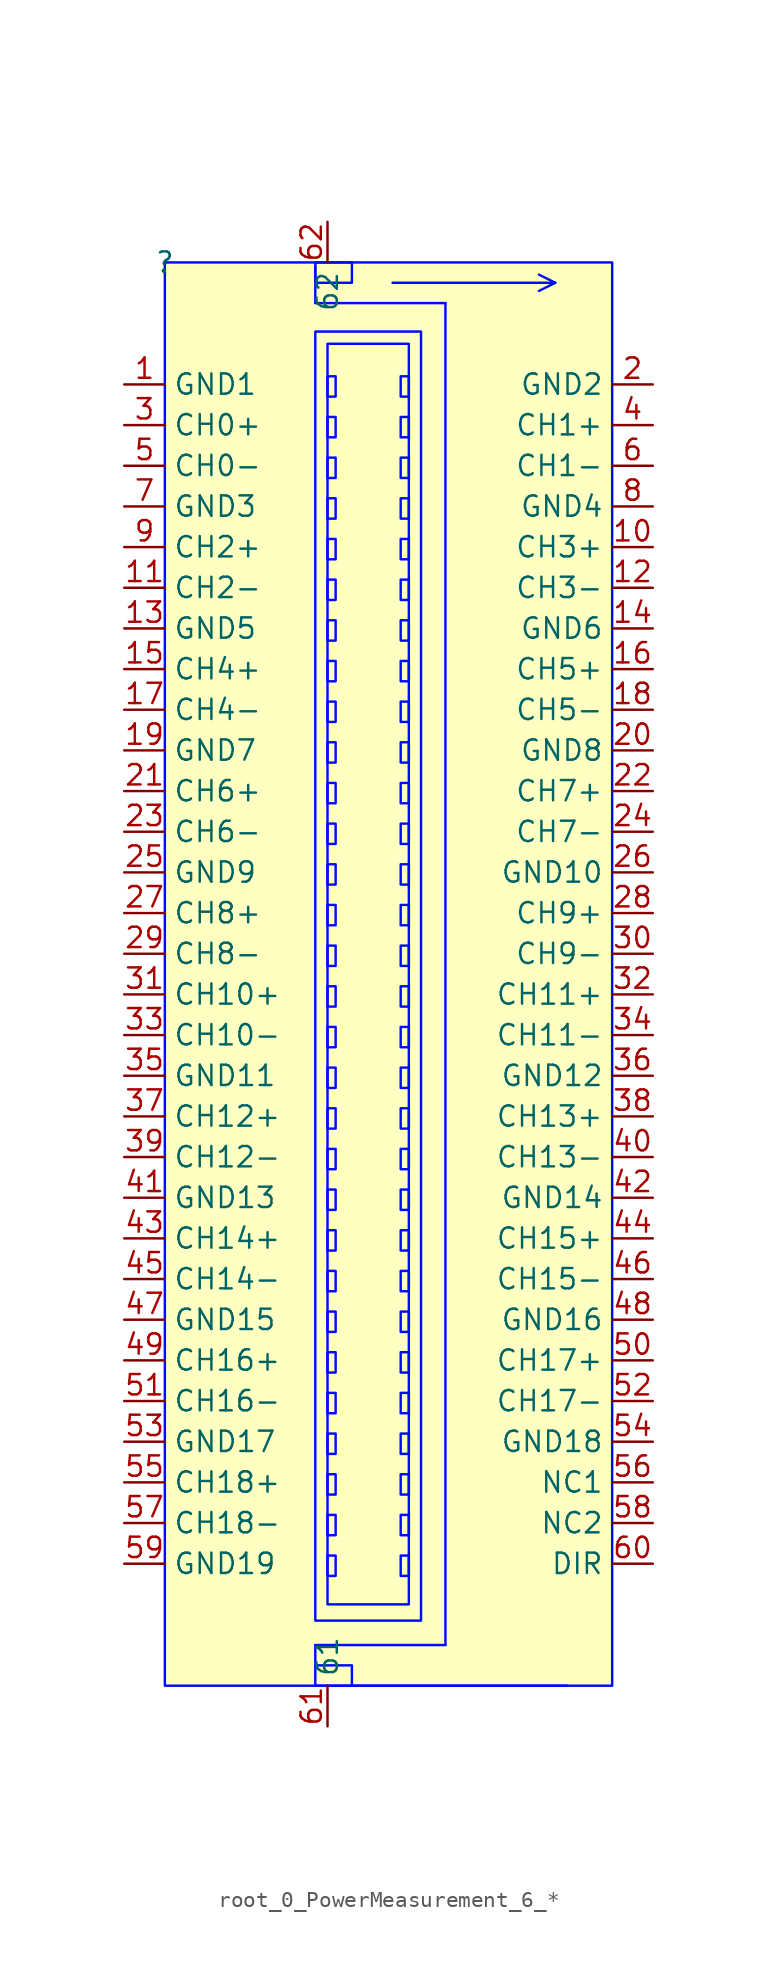
<source format=kicad_sym>
(kicad_symbol_lib
  (version 20241209)
  (generator "kicad_symbol_editor")
  (generator_version "9.0")
  (symbol "root_0_PowerMeasurement_6_*"
    (property "Reference" ""
      (at 0 0 0)
      (effects (font (size 1.27 1.27))))
    (property "Value" ""
      (at 0 0 0)
      (effects (font (size 1.27 1.27))))
    (symbol "root_0_PowerMeasurement_6_*_1_0"
      (polyline (pts (xy 9.398 -0.254) (xy 9.398 -2.54)) (stroke (width 0) (type solid) (color 0 11 255 1)) (fill (type none)))
      (polyline (pts (xy 9.398 -86.36) (xy 9.398 -87.63)) (stroke (width 0) (type solid) (color 0 11 255 1)) (fill (type none)))
      (polyline (pts (xy 9.398 -86.36) (xy 17.526 -86.36)) (stroke (width 0) (type solid) (color 0 11 255 1)) (fill (type none)))
      (rectangle (start 10.668 -7.112) (end 10.16 -8.382) (stroke (width 0) (type solid) (color 0 11 255 1)) (fill (type background)))
      (rectangle (start 10.668 -9.652) (end 10.16 -10.922) (stroke (width 0) (type solid) (color 0 11 255 1)) (fill (type background)))
      (rectangle (start 10.668 -12.192) (end 10.16 -13.462) (stroke (width 0) (type solid) (color 0 11 255 1)) (fill (type background)))
      (rectangle (start 10.668 -14.732) (end 10.16 -16.002) (stroke (width 0) (type solid) (color 0 11 255 1)) (fill (type background)))
      (rectangle (start 10.668 -17.272) (end 10.16 -18.542) (stroke (width 0) (type solid) (color 0 11 255 1)) (fill (type background)))
      (rectangle (start 10.668 -19.812) (end 10.16 -21.082) (stroke (width 0) (type solid) (color 0 11 255 1)) (fill (type background)))
      (rectangle (start 10.668 -22.352) (end 10.16 -23.622) (stroke (width 0) (type solid) (color 0 11 255 1)) (fill (type background)))
      (rectangle (start 10.668 -24.892) (end 10.16 -26.162) (stroke (width 0) (type solid) (color 0 11 255 1)) (fill (type background)))
      (rectangle (start 10.668 -27.432) (end 10.16 -28.702) (stroke (width 0) (type solid) (color 0 11 255 1)) (fill (type background)))
      (rectangle (start 10.668 -29.972) (end 10.16 -31.242) (stroke (width 0) (type solid) (color 0 11 255 1)) (fill (type background)))
      (rectangle (start 10.668 -32.512) (end 10.16 -33.782) (stroke (width 0) (type solid) (color 0 11 255 1)) (fill (type background)))
      (rectangle (start 10.668 -35.052) (end 10.16 -36.322) (stroke (width 0) (type solid) (color 0 11 255 1)) (fill (type background)))
      (rectangle (start 10.668 -37.592) (end 10.16 -38.862) (stroke (width 0) (type solid) (color 0 11 255 1)) (fill (type background)))
      (rectangle (start 10.668 -40.132) (end 10.16 -41.402) (stroke (width 0) (type solid) (color 0 11 255 1)) (fill (type background)))
      (rectangle (start 10.668 -42.672) (end 10.16 -43.942) (stroke (width 0) (type solid) (color 0 11 255 1)) (fill (type background)))
      (rectangle (start 10.668 -45.212) (end 10.16 -46.482) (stroke (width 0) (type solid) (color 0 11 255 1)) (fill (type background)))
      (rectangle (start 10.668 -47.752) (end 10.16 -49.022) (stroke (width 0) (type solid) (color 0 11 255 1)) (fill (type background)))
      (rectangle (start 10.668 -50.292) (end 10.16 -51.562) (stroke (width 0) (type solid) (color 0 11 255 1)) (fill (type background)))
      (rectangle (start 10.668 -52.832) (end 10.16 -54.102) (stroke (width 0) (type solid) (color 0 11 255 1)) (fill (type background)))
      (rectangle (start 10.668 -55.372) (end 10.16 -56.642) (stroke (width 0) (type solid) (color 0 11 255 1)) (fill (type background)))
      (rectangle (start 10.668 -57.912) (end 10.16 -59.182) (stroke (width 0) (type solid) (color 0 11 255 1)) (fill (type background)))
      (rectangle (start 10.668 -60.452) (end 10.16 -61.722) (stroke (width 0) (type solid) (color 0 11 255 1)) (fill (type background)))
      (rectangle (start 10.668 -62.992) (end 10.16 -64.262) (stroke (width 0) (type solid) (color 0 11 255 1)) (fill (type background)))
      (rectangle (start 10.668 -65.532) (end 10.16 -66.802) (stroke (width 0) (type solid) (color 0 11 255 1)) (fill (type background)))
      (rectangle (start 10.668 -68.072) (end 10.16 -69.342) (stroke (width 0) (type solid) (color 0 11 255 1)) (fill (type background)))
      (rectangle (start 10.668 -70.612) (end 10.16 -71.882) (stroke (width 0) (type solid) (color 0 11 255 1)) (fill (type background)))
      (rectangle (start 10.668 -73.152) (end 10.16 -74.422) (stroke (width 0) (type solid) (color 0 11 255 1)) (fill (type background)))
      (rectangle (start 10.668 -75.692) (end 10.16 -76.962) (stroke (width 0) (type solid) (color 0 11 255 1)) (fill (type background)))
      (rectangle (start 10.668 -78.232) (end 10.16 -79.502) (stroke (width 0) (type solid) (color 0 11 255 1)) (fill (type background)))
      (rectangle (start 10.668 -80.772) (end 10.16 -82.042) (stroke (width 0) (type solid) (color 0 11 255 1)) (fill (type background)))
      (rectangle (start 11.684 0) (end 9.398 -1.27) (stroke (width 0) (type solid) (color 0 11 255 1)) (fill (type background)))
      (rectangle (start 11.684 -87.63) (end 9.398 -88.9) (stroke (width 0) (type solid) (color 0 11 255 1)) (fill (type background)))
      (polyline (pts (xy 11.684 -88.9) (xy 25.146 -88.9)) (stroke (width 0) (type solid) (color 0 11 255 1)) (fill (type none)))
      (polyline (pts (xy 14.224 -1.27) (xy 24.384 -1.27)) (stroke (width 0) (type solid) (color 0 11 255 1)) (fill (type none)))
      (rectangle (start 15.24 -5.08) (end 10.16 -83.82) (stroke (width 0) (type solid) (color 0 11 255 1)) (fill (type background)))
      (rectangle (start 15.24 -7.112) (end 14.732 -8.382) (stroke (width 0) (type solid) (color 0 11 255 1)) (fill (type background)))
      (rectangle (start 15.24 -9.652) (end 14.732 -10.922) (stroke (width 0) (type solid) (color 0 11 255 1)) (fill (type background)))
      (rectangle (start 15.24 -12.192) (end 14.732 -13.462) (stroke (width 0) (type solid) (color 0 11 255 1)) (fill (type background)))
      (rectangle (start 15.24 -14.732) (end 14.732 -16.002) (stroke (width 0) (type solid) (color 0 11 255 1)) (fill (type background)))
      (rectangle (start 15.24 -17.272) (end 14.732 -18.542) (stroke (width 0) (type solid) (color 0 11 255 1)) (fill (type background)))
      (rectangle (start 15.24 -19.812) (end 14.732 -21.082) (stroke (width 0) (type solid) (color 0 11 255 1)) (fill (type background)))
      (rectangle (start 15.24 -22.352) (end 14.732 -23.622) (stroke (width 0) (type solid) (color 0 11 255 1)) (fill (type background)))
      (rectangle (start 15.24 -24.892) (end 14.732 -26.162) (stroke (width 0) (type solid) (color 0 11 255 1)) (fill (type background)))
      (rectangle (start 15.24 -27.432) (end 14.732 -28.702) (stroke (width 0) (type solid) (color 0 11 255 1)) (fill (type background)))
      (rectangle (start 15.24 -29.972) (end 14.732 -31.242) (stroke (width 0) (type solid) (color 0 11 255 1)) (fill (type background)))
      (rectangle (start 15.24 -32.512) (end 14.732 -33.782) (stroke (width 0) (type solid) (color 0 11 255 1)) (fill (type background)))
      (rectangle (start 15.24 -35.052) (end 14.732 -36.322) (stroke (width 0) (type solid) (color 0 11 255 1)) (fill (type background)))
      (rectangle (start 15.24 -37.592) (end 14.732 -38.862) (stroke (width 0) (type solid) (color 0 11 255 1)) (fill (type background)))
      (rectangle (start 15.24 -40.132) (end 14.732 -41.402) (stroke (width 0) (type solid) (color 0 11 255 1)) (fill (type background)))
      (rectangle (start 15.24 -42.672) (end 14.732 -43.942) (stroke (width 0) (type solid) (color 0 11 255 1)) (fill (type background)))
      (rectangle (start 15.24 -45.212) (end 14.732 -46.482) (stroke (width 0) (type solid) (color 0 11 255 1)) (fill (type background)))
      (rectangle (start 15.24 -47.752) (end 14.732 -49.022) (stroke (width 0) (type solid) (color 0 11 255 1)) (fill (type background)))
      (rectangle (start 15.24 -50.292) (end 14.732 -51.562) (stroke (width 0) (type solid) (color 0 11 255 1)) (fill (type background)))
      (rectangle (start 15.24 -52.832) (end 14.732 -54.102) (stroke (width 0) (type solid) (color 0 11 255 1)) (fill (type background)))
      (rectangle (start 15.24 -55.372) (end 14.732 -56.642) (stroke (width 0) (type solid) (color 0 11 255 1)) (fill (type background)))
      (rectangle (start 15.24 -57.912) (end 14.732 -59.182) (stroke (width 0) (type solid) (color 0 11 255 1)) (fill (type background)))
      (rectangle (start 15.24 -60.452) (end 14.732 -61.722) (stroke (width 0) (type solid) (color 0 11 255 1)) (fill (type background)))
      (rectangle (start 15.24 -62.992) (end 14.732 -64.262) (stroke (width 0) (type solid) (color 0 11 255 1)) (fill (type background)))
      (rectangle (start 15.24 -65.532) (end 14.732 -66.802) (stroke (width 0) (type solid) (color 0 11 255 1)) (fill (type background)))
      (rectangle (start 15.24 -68.072) (end 14.732 -69.342) (stroke (width 0) (type solid) (color 0 11 255 1)) (fill (type background)))
      (rectangle (start 15.24 -70.612) (end 14.732 -71.882) (stroke (width 0) (type solid) (color 0 11 255 1)) (fill (type background)))
      (rectangle (start 15.24 -73.152) (end 14.732 -74.422) (stroke (width 0) (type solid) (color 0 11 255 1)) (fill (type background)))
      (rectangle (start 15.24 -75.692) (end 14.732 -76.962) (stroke (width 0) (type solid) (color 0 11 255 1)) (fill (type background)))
      (rectangle (start 15.24 -78.232) (end 14.732 -79.502) (stroke (width 0) (type solid) (color 0 11 255 1)) (fill (type background)))
      (rectangle (start 15.24 -80.772) (end 14.732 -82.042) (stroke (width 0) (type solid) (color 0 11 255 1)) (fill (type background)))
      (rectangle (start 16.002 -4.318) (end 9.398 -84.836) (stroke (width 0) (type solid) (color 0 11 255 1)) (fill (type background)))
      (polyline (pts (xy 17.526 -2.54) (xy 9.398 -2.54)) (stroke (width 0) (type solid) (color 0 11 255 1)) (fill (type none)))
      (polyline (pts (xy 17.526 -2.54) (xy 17.526 -86.36)) (stroke (width 0) (type solid) (color 0 11 255 1)) (fill (type none)))
      (polyline (pts (xy 24.384 -1.27) (xy 23.368 -0.762)) (stroke (width 0) (type solid) (color 0 11 255 1)) (fill (type none)))
      (polyline (pts (xy 24.384 -1.27) (xy 23.368 -1.778)) (stroke (width 0) (type solid) (color 0 11 255 1)) (fill (type none)))
      (rectangle (start 27.94 0) (end 0 -88.9) (stroke (width 0) (type solid) (color 0 11 255 1)) (fill (type background)))
      (pin passive line (at -2.54 -7.62 0) (length 2.54) (name "GND1" (effects (font (size 1.27 1.27)))) (number "1" (effects (font (size 1.27 1.27)))))
      (pin passive line (at -2.54 -10.16 0) (length 2.54) (name "CH0+" (effects (font (size 1.27 1.27)))) (number "3" (effects (font (size 1.27 1.27)))))
      (pin passive line (at -2.54 -12.7 0) (length 2.54) (name "CH0-" (effects (font (size 1.27 1.27)))) (number "5" (effects (font (size 1.27 1.27)))))
      (pin passive line (at -2.54 -15.24 0) (length 2.54) (name "GND3" (effects (font (size 1.27 1.27)))) (number "7" (effects (font (size 1.27 1.27)))))
      (pin passive line (at -2.54 -17.78 0) (length 2.54) (name "CH2+" (effects (font (size 1.27 1.27)))) (number "9" (effects (font (size 1.27 1.27)))))
      (pin passive line (at -2.54 -20.32 0) (length 2.54) (name "CH2-" (effects (font (size 1.27 1.27)))) (number "11" (effects (font (size 1.27 1.27)))))
      (pin passive line (at -2.54 -22.86 0) (length 2.54) (name "GND5" (effects (font (size 1.27 1.27)))) (number "13" (effects (font (size 1.27 1.27)))))
      (pin passive line (at -2.54 -25.4 0) (length 2.54) (name "CH4+" (effects (font (size 1.27 1.27)))) (number "15" (effects (font (size 1.27 1.27)))))
      (pin passive line (at -2.54 -27.94 0) (length 2.54) (name "CH4-" (effects (font (size 1.27 1.27)))) (number "17" (effects (font (size 1.27 1.27)))))
      (pin passive line (at -2.54 -30.48 0) (length 2.54) (name "GND7" (effects (font (size 1.27 1.27)))) (number "19" (effects (font (size 1.27 1.27)))))
      (pin passive line (at -2.54 -33.02 0) (length 2.54) (name "CH6+" (effects (font (size 1.27 1.27)))) (number "21" (effects (font (size 1.27 1.27)))))
      (pin passive line (at -2.54 -35.56 0) (length 2.54) (name "CH6-" (effects (font (size 1.27 1.27)))) (number "23" (effects (font (size 1.27 1.27)))))
      (pin passive line (at -2.54 -38.1 0) (length 2.54) (name "GND9" (effects (font (size 1.27 1.27)))) (number "25" (effects (font (size 1.27 1.27)))))
      (pin passive line (at -2.54 -40.64 0) (length 2.54) (name "CH8+" (effects (font (size 1.27 1.27)))) (number "27" (effects (font (size 1.27 1.27)))))
      (pin passive line (at -2.54 -43.18 0) (length 2.54) (name "CH8-" (effects (font (size 1.27 1.27)))) (number "29" (effects (font (size 1.27 1.27)))))
      (pin passive line (at -2.54 -45.72 0) (length 2.54) (name "CH10+" (effects (font (size 1.27 1.27)))) (number "31" (effects (font (size 1.27 1.27)))))
      (pin passive line (at -2.54 -48.26 0) (length 2.54) (name "CH10-" (effects (font (size 1.27 1.27)))) (number "33" (effects (font (size 1.27 1.27)))))
      (pin passive line (at -2.54 -50.8 0) (length 2.54) (name "GND11" (effects (font (size 1.27 1.27)))) (number "35" (effects (font (size 1.27 1.27)))))
      (pin passive line (at -2.54 -53.34 0) (length 2.54) (name "CH12+" (effects (font (size 1.27 1.27)))) (number "37" (effects (font (size 1.27 1.27)))))
      (pin passive line (at -2.54 -55.88 0) (length 2.54) (name "CH12-" (effects (font (size 1.27 1.27)))) (number "39" (effects (font (size 1.27 1.27)))))
      (pin passive line (at -2.54 -58.42 0) (length 2.54) (name "GND13" (effects (font (size 1.27 1.27)))) (number "41" (effects (font (size 1.27 1.27)))))
      (pin passive line (at -2.54 -60.96 0) (length 2.54) (name "CH14+" (effects (font (size 1.27 1.27)))) (number "43" (effects (font (size 1.27 1.27)))))
      (pin passive line (at -2.54 -63.5 0) (length 2.54) (name "CH14-" (effects (font (size 1.27 1.27)))) (number "45" (effects (font (size 1.27 1.27)))))
      (pin passive line (at -2.54 -66.04 0) (length 2.54) (name "GND15" (effects (font (size 1.27 1.27)))) (number "47" (effects (font (size 1.27 1.27)))))
      (pin passive line (at -2.54 -68.58 0) (length 2.54) (name "CH16+" (effects (font (size 1.27 1.27)))) (number "49" (effects (font (size 1.27 1.27)))))
      (pin passive line (at -2.54 -71.12 0) (length 2.54) (name "CH16-" (effects (font (size 1.27 1.27)))) (number "51" (effects (font (size 1.27 1.27)))))
      (pin passive line (at -2.54 -73.66 0) (length 2.54) (name "GND17" (effects (font (size 1.27 1.27)))) (number "53" (effects (font (size 1.27 1.27)))))
      (pin passive line (at -2.54 -76.2 0) (length 2.54) (name "CH18+" (effects (font (size 1.27 1.27)))) (number "55" (effects (font (size 1.27 1.27)))))
      (pin passive line (at -2.54 -78.74 0) (length 2.54) (name "CH18-" (effects (font (size 1.27 1.27)))) (number "57" (effects (font (size 1.27 1.27)))))
      (pin passive line (at -2.54 -81.28 0) (length 2.54) (name "GND19" (effects (font (size 1.27 1.27)))) (number "59" (effects (font (size 1.27 1.27)))))
      (pin passive line (at 10.16 2.54 270) (length 2.54) (name "62" (effects (font (size 1.27 1.27)))) (number "62" (effects (font (size 1.27 1.27)))))
      (pin passive line (at 10.16 -91.44 90) (length 2.54) (name "61" (effects (font (size 1.27 1.27)))) (number "61" (effects (font (size 1.27 1.27)))))
      (pin passive line (at 30.48 -7.62 180) (length 2.54) (name "GND2" (effects (font (size 1.27 1.27)))) (number "2" (effects (font (size 1.27 1.27)))))
      (pin passive line (at 30.48 -10.16 180) (length 2.54) (name "CH1+" (effects (font (size 1.27 1.27)))) (number "4" (effects (font (size 1.27 1.27)))))
      (pin passive line (at 30.48 -12.7 180) (length 2.54) (name "CH1-" (effects (font (size 1.27 1.27)))) (number "6" (effects (font (size 1.27 1.27)))))
      (pin passive line (at 30.48 -15.24 180) (length 2.54) (name "GND4" (effects (font (size 1.27 1.27)))) (number "8" (effects (font (size 1.27 1.27)))))
      (pin passive line (at 30.48 -17.78 180) (length 2.54) (name "CH3+" (effects (font (size 1.27 1.27)))) (number "10" (effects (font (size 1.27 1.27)))))
      (pin passive line (at 30.48 -20.32 180) (length 2.54) (name "CH3-" (effects (font (size 1.27 1.27)))) (number "12" (effects (font (size 1.27 1.27)))))
      (pin passive line (at 30.48 -22.86 180) (length 2.54) (name "GND6" (effects (font (size 1.27 1.27)))) (number "14" (effects (font (size 1.27 1.27)))))
      (pin passive line (at 30.48 -25.4 180) (length 2.54) (name "CH5+" (effects (font (size 1.27 1.27)))) (number "16" (effects (font (size 1.27 1.27)))))
      (pin passive line (at 30.48 -27.94 180) (length 2.54) (name "CH5-" (effects (font (size 1.27 1.27)))) (number "18" (effects (font (size 1.27 1.27)))))
      (pin passive line (at 30.48 -30.48 180) (length 2.54) (name "GND8" (effects (font (size 1.27 1.27)))) (number "20" (effects (font (size 1.27 1.27)))))
      (pin passive line (at 30.48 -33.02 180) (length 2.54) (name "CH7+" (effects (font (size 1.27 1.27)))) (number "22" (effects (font (size 1.27 1.27)))))
      (pin passive line (at 30.48 -35.56 180) (length 2.54) (name "CH7-" (effects (font (size 1.27 1.27)))) (number "24" (effects (font (size 1.27 1.27)))))
      (pin passive line (at 30.48 -38.1 180) (length 2.54) (name "GND10" (effects (font (size 1.27 1.27)))) (number "26" (effects (font (size 1.27 1.27)))))
      (pin passive line (at 30.48 -40.64 180) (length 2.54) (name "CH9+" (effects (font (size 1.27 1.27)))) (number "28" (effects (font (size 1.27 1.27)))))
      (pin passive line (at 30.48 -43.18 180) (length 2.54) (name "CH9-" (effects (font (size 1.27 1.27)))) (number "30" (effects (font (size 1.27 1.27)))))
      (pin passive line (at 30.48 -45.72 180) (length 2.54) (name "CH11+" (effects (font (size 1.27 1.27)))) (number "32" (effects (font (size 1.27 1.27)))))
      (pin passive line (at 30.48 -48.26 180) (length 2.54) (name "CH11-" (effects (font (size 1.27 1.27)))) (number "34" (effects (font (size 1.27 1.27)))))
      (pin passive line (at 30.48 -50.8 180) (length 2.54) (name "GND12" (effects (font (size 1.27 1.27)))) (number "36" (effects (font (size 1.27 1.27)))))
      (pin passive line (at 30.48 -53.34 180) (length 2.54) (name "CH13+" (effects (font (size 1.27 1.27)))) (number "38" (effects (font (size 1.27 1.27)))))
      (pin passive line (at 30.48 -55.88 180) (length 2.54) (name "CH13-" (effects (font (size 1.27 1.27)))) (number "40" (effects (font (size 1.27 1.27)))))
      (pin passive line (at 30.48 -58.42 180) (length 2.54) (name "GND14" (effects (font (size 1.27 1.27)))) (number "42" (effects (font (size 1.27 1.27)))))
      (pin passive line (at 30.48 -60.96 180) (length 2.54) (name "CH15+" (effects (font (size 1.27 1.27)))) (number "44" (effects (font (size 1.27 1.27)))))
      (pin passive line (at 30.48 -63.5 180) (length 2.54) (name "CH15-" (effects (font (size 1.27 1.27)))) (number "46" (effects (font (size 1.27 1.27)))))
      (pin passive line (at 30.48 -66.04 180) (length 2.54) (name "GND16" (effects (font (size 1.27 1.27)))) (number "48" (effects (font (size 1.27 1.27)))))
      (pin passive line (at 30.48 -68.58 180) (length 2.54) (name "CH17+" (effects (font (size 1.27 1.27)))) (number "50" (effects (font (size 1.27 1.27)))))
      (pin passive line (at 30.48 -71.12 180) (length 2.54) (name "CH17-" (effects (font (size 1.27 1.27)))) (number "52" (effects (font (size 1.27 1.27)))))
      (pin passive line (at 30.48 -73.66 180) (length 2.54) (name "GND18" (effects (font (size 1.27 1.27)))) (number "54" (effects (font (size 1.27 1.27)))))
      (pin passive line (at 30.48 -76.2 180) (length 2.54) (name "NC1" (effects (font (size 1.27 1.27)))) (number "56" (effects (font (size 1.27 1.27)))))
      (pin passive line (at 30.48 -78.74 180) (length 2.54) (name "NC2" (effects (font (size 1.27 1.27)))) (number "58" (effects (font (size 1.27 1.27)))))
      (pin passive line (at 30.48 -81.28 180) (length 2.54) (name "DIR" (effects (font (size 1.27 1.27)))) (number "60" (effects (font (size 1.27 1.27))))))))
</source>
